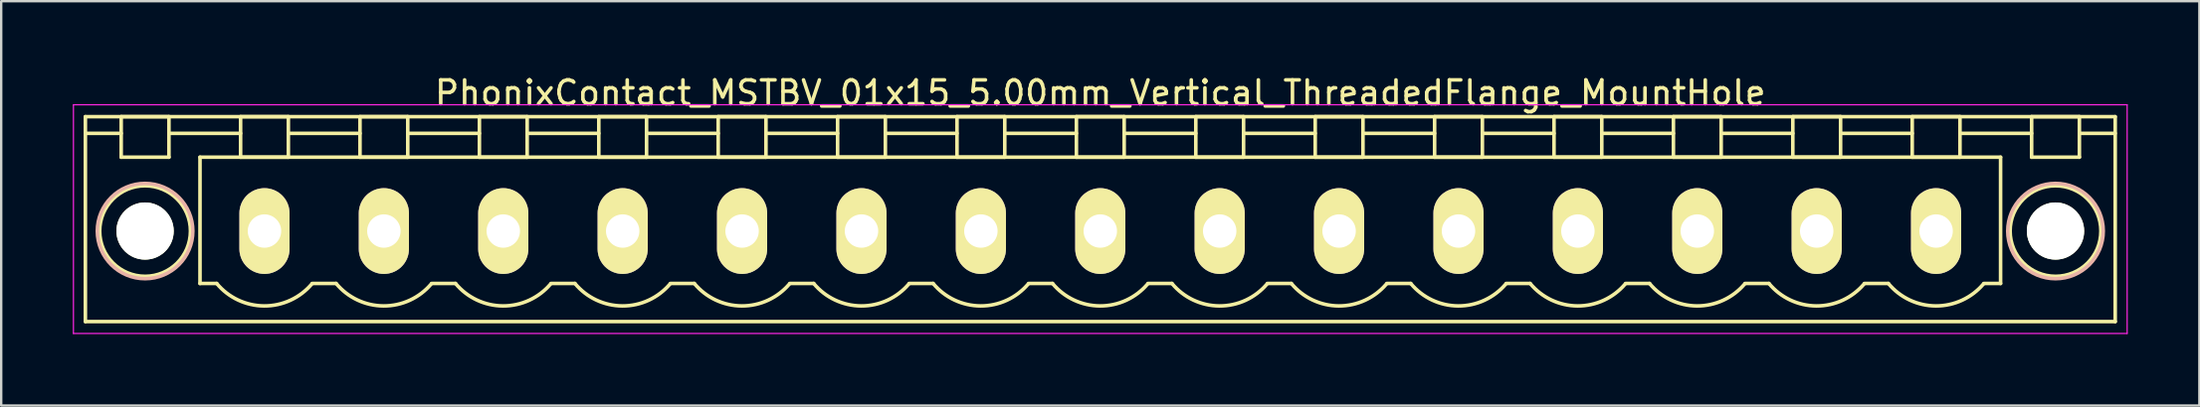
<source format=kicad_pcb>
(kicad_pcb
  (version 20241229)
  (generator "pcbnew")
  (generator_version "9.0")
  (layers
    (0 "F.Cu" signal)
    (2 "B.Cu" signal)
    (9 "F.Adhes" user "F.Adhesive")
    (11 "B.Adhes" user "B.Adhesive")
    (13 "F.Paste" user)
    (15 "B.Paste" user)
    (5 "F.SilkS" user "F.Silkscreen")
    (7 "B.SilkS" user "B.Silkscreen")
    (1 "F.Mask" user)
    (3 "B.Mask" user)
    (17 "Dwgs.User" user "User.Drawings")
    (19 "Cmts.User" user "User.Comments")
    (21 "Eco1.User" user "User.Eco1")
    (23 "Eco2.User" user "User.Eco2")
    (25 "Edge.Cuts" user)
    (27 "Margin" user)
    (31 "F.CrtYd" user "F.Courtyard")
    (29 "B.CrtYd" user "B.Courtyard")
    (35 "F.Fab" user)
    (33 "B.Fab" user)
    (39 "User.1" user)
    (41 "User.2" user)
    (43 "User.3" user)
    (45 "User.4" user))
  (footprint "PhonixContact_MSTBV_01x15_5.00mm_Vertical_ThreadedFlange_MountHole"
    (layer "F.Cu")
    (at 8.025 6.648)
    (property "Reference" "PhonixContact_MSTBV_01x15_5.00mm_Vertical_ThreadedFlange_MountHole" (at 35 -5.8 0) (layer "F.SilkS") (effects (font (size 1 1) (thickness 0.15))))
    (attr through_hole)
    (fp_line (start -7.5 -4.8) (end -7.5 3.8) (stroke (width 0.15) (type solid)) (layer "F.SilkS"))
    (fp_line (start -7.5 -4.1) (end -6 -4.1) (stroke (width 0.15) (type solid)) (layer "F.SilkS"))
    (fp_line (start -7.5 3.8) (end 77.5 3.8) (stroke (width 0.15) (type solid)) (layer "F.SilkS"))
    (fp_line (start -6 -4.8) (end -4 -4.8) (stroke (width 0.15) (type solid)) (layer "F.SilkS"))
    (fp_line (start -6 -3.1) (end -6 -4.8) (stroke (width 0.15) (type solid)) (layer "F.SilkS"))
    (fp_line (start -4 -4.8) (end -4 -3.1) (stroke (width 0.15) (type solid)) (layer "F.SilkS"))
    (fp_line (start -4 -4.1) (end -1 -4.1) (stroke (width 0.15) (type solid)) (layer "F.SilkS"))
    (fp_line (start -4 -3.1) (end -6 -3.1) (stroke (width 0.15) (type solid)) (layer "F.SilkS"))
    (fp_line (start -2.7 -3.1) (end 72.7 -3.1) (stroke (width 0.15) (type solid)) (layer "F.SilkS"))
    (fp_line (start -2.7 2.2) (end -2.7 -3.1) (stroke (width 0.15) (type solid)) (layer "F.SilkS"))
    (fp_line (start -2 2.2) (end -2.7 2.2) (stroke (width 0.15) (type solid)) (layer "F.SilkS"))
    (fp_line (start -1 -4.8) (end 1 -4.8) (stroke (width 0.15) (type solid)) (layer "F.SilkS"))
    (fp_line (start -1 -3.1) (end -1 -4.8) (stroke (width 0.15) (type solid)) (layer "F.SilkS"))
    (fp_line (start 1 -4.8) (end 1 -3.1) (stroke (width 0.15) (type solid)) (layer "F.SilkS"))
    (fp_line (start 1 -4.1) (end 4 -4.1) (stroke (width 0.15) (type solid)) (layer "F.SilkS"))
    (fp_line (start 1 -3.1) (end -1 -3.1) (stroke (width 0.15) (type solid)) (layer "F.SilkS"))
    (fp_line (start 2 2.2) (end 3 2.2) (stroke (width 0.15) (type solid)) (layer "F.SilkS"))
    (fp_line (start 4 -4.8) (end 6 -4.8) (stroke (width 0.15) (type solid)) (layer "F.SilkS"))
    (fp_line (start 4 -3.1) (end 4 -4.8) (stroke (width 0.15) (type solid)) (layer "F.SilkS"))
    (fp_line (start 6 -4.8) (end 6 -3.1) (stroke (width 0.15) (type solid)) (layer "F.SilkS"))
    (fp_line (start 6 -4.1) (end 9 -4.1) (stroke (width 0.15) (type solid)) (layer "F.SilkS"))
    (fp_line (start 6 -3.1) (end 4 -3.1) (stroke (width 0.15) (type solid)) (layer "F.SilkS"))
    (fp_line (start 7 2.2) (end 8 2.2) (stroke (width 0.15) (type solid)) (layer "F.SilkS"))
    (fp_line (start 9 -4.8) (end 11 -4.8) (stroke (width 0.15) (type solid)) (layer "F.SilkS"))
    (fp_line (start 9 -3.1) (end 9 -4.8) (stroke (width 0.15) (type solid)) (layer "F.SilkS"))
    (fp_line (start 11 -4.8) (end 11 -3.1) (stroke (width 0.15) (type solid)) (layer "F.SilkS"))
    (fp_line (start 11 -4.1) (end 14 -4.1) (stroke (width 0.15) (type solid)) (layer "F.SilkS"))
    (fp_line (start 11 -3.1) (end 9 -3.1) (stroke (width 0.15) (type solid)) (layer "F.SilkS"))
    (fp_line (start 12 2.2) (end 13 2.2) (stroke (width 0.15) (type solid)) (layer "F.SilkS"))
    (fp_line (start 14 -4.8) (end 16 -4.8) (stroke (width 0.15) (type solid)) (layer "F.SilkS"))
    (fp_line (start 14 -3.1) (end 14 -4.8) (stroke (width 0.15) (type solid)) (layer "F.SilkS"))
    (fp_line (start 16 -4.8) (end 16 -3.1) (stroke (width 0.15) (type solid)) (layer "F.SilkS"))
    (fp_line (start 16 -4.1) (end 19 -4.1) (stroke (width 0.15) (type solid)) (layer "F.SilkS"))
    (fp_line (start 16 -3.1) (end 14 -3.1) (stroke (width 0.15) (type solid)) (layer "F.SilkS"))
    (fp_line (start 17 2.2) (end 18 2.2) (stroke (width 0.15) (type solid)) (layer "F.SilkS"))
    (fp_line (start 19 -4.8) (end 21 -4.8) (stroke (width 0.15) (type solid)) (layer "F.SilkS"))
    (fp_line (start 19 -3.1) (end 19 -4.8) (stroke (width 0.15) (type solid)) (layer "F.SilkS"))
    (fp_line (start 21 -4.8) (end 21 -3.1) (stroke (width 0.15) (type solid)) (layer "F.SilkS"))
    (fp_line (start 21 -4.1) (end 24 -4.1) (stroke (width 0.15) (type solid)) (layer "F.SilkS"))
    (fp_line (start 21 -3.1) (end 19 -3.1) (stroke (width 0.15) (type solid)) (layer "F.SilkS"))
    (fp_line (start 22 2.2) (end 23 2.2) (stroke (width 0.15) (type solid)) (layer "F.SilkS"))
    (fp_line (start 24 -4.8) (end 26 -4.8) (stroke (width 0.15) (type solid)) (layer "F.SilkS"))
    (fp_line (start 24 -3.1) (end 24 -4.8) (stroke (width 0.15) (type solid)) (layer "F.SilkS"))
    (fp_line (start 26 -4.8) (end 26 -3.1) (stroke (width 0.15) (type solid)) (layer "F.SilkS"))
    (fp_line (start 26 -4.1) (end 29 -4.1) (stroke (width 0.15) (type solid)) (layer "F.SilkS"))
    (fp_line (start 26 -3.1) (end 24 -3.1) (stroke (width 0.15) (type solid)) (layer "F.SilkS"))
    (fp_line (start 27 2.2) (end 28 2.2) (stroke (width 0.15) (type solid)) (layer "F.SilkS"))
    (fp_line (start 29 -4.8) (end 31 -4.8) (stroke (width 0.15) (type solid)) (layer "F.SilkS"))
    (fp_line (start 29 -3.1) (end 29 -4.8) (stroke (width 0.15) (type solid)) (layer "F.SilkS"))
    (fp_line (start 31 -4.8) (end 31 -3.1) (stroke (width 0.15) (type solid)) (layer "F.SilkS"))
    (fp_line (start 31 -4.1) (end 34 -4.1) (stroke (width 0.15) (type solid)) (layer "F.SilkS"))
    (fp_line (start 31 -3.1) (end 29 -3.1) (stroke (width 0.15) (type solid)) (layer "F.SilkS"))
    (fp_line (start 32 2.2) (end 33 2.2) (stroke (width 0.15) (type solid)) (layer "F.SilkS"))
    (fp_line (start 34 -4.8) (end 36 -4.8) (stroke (width 0.15) (type solid)) (layer "F.SilkS"))
    (fp_line (start 34 -3.1) (end 34 -4.8) (stroke (width 0.15) (type solid)) (layer "F.SilkS"))
    (fp_line (start 36 -4.8) (end 36 -3.1) (stroke (width 0.15) (type solid)) (layer "F.SilkS"))
    (fp_line (start 36 -4.1) (end 39 -4.1) (stroke (width 0.15) (type solid)) (layer "F.SilkS"))
    (fp_line (start 36 -3.1) (end 34 -3.1) (stroke (width 0.15) (type solid)) (layer "F.SilkS"))
    (fp_line (start 37 2.2) (end 38 2.2) (stroke (width 0.15) (type solid)) (layer "F.SilkS"))
    (fp_line (start 39 -4.8) (end 41 -4.8) (stroke (width 0.15) (type solid)) (layer "F.SilkS"))
    (fp_line (start 39 -3.1) (end 39 -4.8) (stroke (width 0.15) (type solid)) (layer "F.SilkS"))
    (fp_line (start 41 -4.8) (end 41 -3.1) (stroke (width 0.15) (type solid)) (layer "F.SilkS"))
    (fp_line (start 41 -4.1) (end 44 -4.1) (stroke (width 0.15) (type solid)) (layer "F.SilkS"))
    (fp_line (start 41 -3.1) (end 39 -3.1) (stroke (width 0.15) (type solid)) (layer "F.SilkS"))
    (fp_line (start 42 2.2) (end 43 2.2) (stroke (width 0.15) (type solid)) (layer "F.SilkS"))
    (fp_line (start 44 -4.8) (end 46 -4.8) (stroke (width 0.15) (type solid)) (layer "F.SilkS"))
    (fp_line (start 44 -3.1) (end 44 -4.8) (stroke (width 0.15) (type solid)) (layer "F.SilkS"))
    (fp_line (start 46 -4.8) (end 46 -3.1) (stroke (width 0.15) (type solid)) (layer "F.SilkS"))
    (fp_line (start 46 -4.1) (end 49 -4.1) (stroke (width 0.15) (type solid)) (layer "F.SilkS"))
    (fp_line (start 46 -3.1) (end 44 -3.1) (stroke (width 0.15) (type solid)) (layer "F.SilkS"))
    (fp_line (start 47 2.2) (end 48 2.2) (stroke (width 0.15) (type solid)) (layer "F.SilkS"))
    (fp_line (start 49 -4.8) (end 51 -4.8) (stroke (width 0.15) (type solid)) (layer "F.SilkS"))
    (fp_line (start 49 -3.1) (end 49 -4.8) (stroke (width 0.15) (type solid)) (layer "F.SilkS"))
    (fp_line (start 51 -4.8) (end 51 -3.1) (stroke (width 0.15) (type solid)) (layer "F.SilkS"))
    (fp_line (start 51 -4.1) (end 54 -4.1) (stroke (width 0.15) (type solid)) (layer "F.SilkS"))
    (fp_line (start 51 -3.1) (end 49 -3.1) (stroke (width 0.15) (type solid)) (layer "F.SilkS"))
    (fp_line (start 52 2.2) (end 53 2.2) (stroke (width 0.15) (type solid)) (layer "F.SilkS"))
    (fp_line (start 54 -4.8) (end 56 -4.8) (stroke (width 0.15) (type solid)) (layer "F.SilkS"))
    (fp_line (start 54 -3.1) (end 54 -4.8) (stroke (width 0.15) (type solid)) (layer "F.SilkS"))
    (fp_line (start 56 -4.8) (end 56 -3.1) (stroke (width 0.15) (type solid)) (layer "F.SilkS"))
    (fp_line (start 56 -4.1) (end 59 -4.1) (stroke (width 0.15) (type solid)) (layer "F.SilkS"))
    (fp_line (start 56 -3.1) (end 54 -3.1) (stroke (width 0.15) (type solid)) (layer "F.SilkS"))
    (fp_line (start 57 2.2) (end 58 2.2) (stroke (width 0.15) (type solid)) (layer "F.SilkS"))
    (fp_line (start 59 -4.8) (end 61 -4.8) (stroke (width 0.15) (type solid)) (layer "F.SilkS"))
    (fp_line (start 59 -3.1) (end 59 -4.8) (stroke (width 0.15) (type solid)) (layer "F.SilkS"))
    (fp_line (start 61 -4.8) (end 61 -3.1) (stroke (width 0.15) (type solid)) (layer "F.SilkS"))
    (fp_line (start 61 -4.1) (end 64 -4.1) (stroke (width 0.15) (type solid)) (layer "F.SilkS"))
    (fp_line (start 61 -3.1) (end 59 -3.1) (stroke (width 0.15) (type solid)) (layer "F.SilkS"))
    (fp_line (start 62 2.2) (end 63 2.2) (stroke (width 0.15) (type solid)) (layer "F.SilkS"))
    (fp_line (start 64 -4.8) (end 66 -4.8) (stroke (width 0.15) (type solid)) (layer "F.SilkS"))
    (fp_line (start 64 -3.1) (end 64 -4.8) (stroke (width 0.15) (type solid)) (layer "F.SilkS"))
    (fp_line (start 66 -4.8) (end 66 -3.1) (stroke (width 0.15) (type solid)) (layer "F.SilkS"))
    (fp_line (start 66 -4.1) (end 69 -4.1) (stroke (width 0.15) (type solid)) (layer "F.SilkS"))
    (fp_line (start 66 -3.1) (end 64 -3.1) (stroke (width 0.15) (type solid)) (layer "F.SilkS"))
    (fp_line (start 67 2.2) (end 68 2.2) (stroke (width 0.15) (type solid)) (layer "F.SilkS"))
    (fp_line (start 69 -4.8) (end 71 -4.8) (stroke (width 0.15) (type solid)) (layer "F.SilkS"))
    (fp_line (start 69 -3.1) (end 69 -4.8) (stroke (width 0.15) (type solid)) (layer "F.SilkS"))
    (fp_line (start 71 -4.8) (end 71 -3.1) (stroke (width 0.15) (type solid)) (layer "F.SilkS"))
    (fp_line (start 71 -4.1) (end 74 -4.1) (stroke (width 0.15) (type solid)) (layer "F.SilkS"))
    (fp_line (start 71 -3.1) (end 69 -3.1) (stroke (width 0.15) (type solid)) (layer "F.SilkS"))
    (fp_line (start 72.7 -3.1) (end 72.7 2.2) (stroke (width 0.15) (type solid)) (layer "F.SilkS"))
    (fp_line (start 72.7 2.2) (end 72 2.2) (stroke (width 0.15) (type solid)) (layer "F.SilkS"))
    (fp_line (start 74 -4.8) (end 76 -4.8) (stroke (width 0.15) (type solid)) (layer "F.SilkS"))
    (fp_line (start 74 -3.1) (end 74 -4.8) (stroke (width 0.15) (type solid)) (layer "F.SilkS"))
    (fp_line (start 76 -4.8) (end 76 -3.1) (stroke (width 0.15) (type solid)) (layer "F.SilkS"))
    (fp_line (start 76 -3.1) (end 74 -3.1) (stroke (width 0.15) (type solid)) (layer "F.SilkS"))
    (fp_line (start 77.5 -4.8) (end -7.5 -4.8) (stroke (width 0.15) (type solid)) (layer "F.SilkS"))
    (fp_line (start 77.5 -4.1) (end 76 -4.1) (stroke (width 0.15) (type solid)) (layer "F.SilkS"))
    (fp_line (start 77.5 3.8) (end 77.5 -4.8) (stroke (width 0.15) (type solid)) (layer "F.SilkS"))
    (fp_arc (start 1.986842 2.215821) (mid -0.010289 3.142758) (end -2 2.2) (stroke (width 0.15) (type solid)) (layer "F.SilkS"))
    (fp_arc (start 6.986842 2.215821) (mid 4.989711 3.142758) (end 3 2.2) (stroke (width 0.15) (type solid)) (layer "F.SilkS"))
    (fp_arc (start 11.986842 2.215821) (mid 9.989711 3.142758) (end 8 2.2) (stroke (width 0.15) (type solid)) (layer "F.SilkS"))
    (fp_arc (start 16.986842 2.215821) (mid 14.989711 3.142758) (end 13 2.2) (stroke (width 0.15) (type solid)) (layer "F.SilkS"))
    (fp_arc (start 21.986842 2.215821) (mid 19.989711 3.142758) (end 18 2.2) (stroke (width 0.15) (type solid)) (layer "F.SilkS"))
    (fp_arc (start 26.986842 2.215821) (mid 24.989711 3.142758) (end 23 2.2) (stroke (width 0.15) (type solid)) (layer "F.SilkS"))
    (fp_arc (start 31.986842 2.215821) (mid 29.989711 3.142758) (end 28 2.2) (stroke (width 0.15) (type solid)) (layer "F.SilkS"))
    (fp_arc (start 36.986842 2.215821) (mid 34.989711 3.142758) (end 33 2.2) (stroke (width 0.15) (type solid)) (layer "F.SilkS"))
    (fp_arc (start 41.986842 2.215821) (mid 39.989711 3.142758) (end 38 2.2) (stroke (width 0.15) (type solid)) (layer "F.SilkS"))
    (fp_arc (start 46.986842 2.215821) (mid 44.989711 3.142758) (end 43 2.2) (stroke (width 0.15) (type solid)) (layer "F.SilkS"))
    (fp_arc (start 51.986842 2.215821) (mid 49.989711 3.142758) (end 48 2.2) (stroke (width 0.15) (type solid)) (layer "F.SilkS"))
    (fp_arc (start 56.986842 2.215821) (mid 54.989711 3.142758) (end 53 2.2) (stroke (width 0.15) (type solid)) (layer "F.SilkS"))
    (fp_arc (start 61.986842 2.215821) (mid 59.989711 3.142758) (end 58 2.2) (stroke (width 0.15) (type solid)) (layer "F.SilkS"))
    (fp_arc (start 66.986842 2.215821) (mid 64.989711 3.142758) (end 63 2.2) (stroke (width 0.15) (type solid)) (layer "F.SilkS"))
    (fp_arc (start 71.986842 2.215821) (mid 69.989711 3.142758) (end 68 2.2) (stroke (width 0.15) (type solid)) (layer "F.SilkS"))
    (fp_circle (center -5 0) (end -4 0) (stroke (width 0.15) (type solid)) (fill no) (layer "F.SilkS"))
    (fp_circle (center -5 0) (end -3.1 0) (stroke (width 0.15) (type solid)) (fill no) (layer "F.SilkS"))
    (fp_circle (center 75 0) (end 76 0) (stroke (width 0.15) (type solid)) (fill no) (layer "F.SilkS"))
    (fp_circle (center 75 0) (end 76.9 0) (stroke (width 0.15) (type solid)) (fill no) (layer "F.SilkS"))
    (fp_circle (center -5 0) (end -3 0) (stroke (width 0.15) (type solid)) (fill no) (layer "B.SilkS"))
    (fp_circle (center 75 0) (end 77 0) (stroke (width 0.15) (type solid)) (fill no) (layer "B.SilkS"))
    (fp_line (start -8 -5.3) (end -8 4.3) (stroke (width 0.05) (type solid)) (layer "F.CrtYd"))
    (fp_line (start -8 4.3) (end 78 4.3) (stroke (width 0.05) (type solid)) (layer "F.CrtYd"))
    (fp_line (start 78 -5.3) (end -8 -5.3) (stroke (width 0.05) (type solid)) (layer "F.CrtYd"))
    (fp_line (start 78 4.3) (end 78 -5.3) (stroke (width 0.05) (type solid)) (layer "F.CrtYd"))
    (pad "" np_thru_hole circle (at -5 0) (size 2.4 2.4) (drill 2.4) (layers "*.Cu" "*.Mask" "F.SilkS"))
    (pad "" np_thru_hole circle (at 75 0) (size 2.4 2.4) (drill 2.4) (layers "*.Cu" "*.Mask" "F.SilkS"))
    (pad "1" thru_hole oval (at 0 0) (size 2.1 3.6) (drill 1.4) (layers "*.Cu" "*.Mask" "F.SilkS"))
    (pad "2" thru_hole oval (at 5 0) (size 2.1 3.6) (drill 1.4) (layers "*.Cu" "*.Mask" "F.SilkS"))
    (pad "3" thru_hole oval (at 10 0) (size 2.1 3.6) (drill 1.4) (layers "*.Cu" "*.Mask" "F.SilkS"))
    (pad "4" thru_hole oval (at 15 0) (size 2.1 3.6) (drill 1.4) (layers "*.Cu" "*.Mask" "F.SilkS"))
    (pad "5" thru_hole oval (at 20 0) (size 2.1 3.6) (drill 1.4) (layers "*.Cu" "*.Mask" "F.SilkS"))
    (pad "6" thru_hole oval (at 25 0) (size 2.1 3.6) (drill 1.4) (layers "*.Cu" "*.Mask" "F.SilkS"))
    (pad "7" thru_hole oval (at 30 0) (size 2.1 3.6) (drill 1.4) (layers "*.Cu" "*.Mask" "F.SilkS"))
    (pad "8" thru_hole oval (at 35 0) (size 2.1 3.6) (drill 1.4) (layers "*.Cu" "*.Mask" "F.SilkS"))
    (pad "9" thru_hole oval (at 40 0) (size 2.1 3.6) (drill 1.4) (layers "*.Cu" "*.Mask" "F.SilkS"))
    (pad "10" thru_hole oval (at 45 0) (size 2.1 3.6) (drill 1.4) (layers "*.Cu" "*.Mask" "F.SilkS"))
    (pad "11" thru_hole oval (at 50 0) (size 2.1 3.6) (drill 1.4) (layers "*.Cu" "*.Mask" "F.SilkS"))
    (pad "12" thru_hole oval (at 55 0) (size 2.1 3.6) (drill 1.4) (layers "*.Cu" "*.Mask" "F.SilkS"))
    (pad "13" thru_hole oval (at 60 0) (size 2.1 3.6) (drill 1.4) (layers "*.Cu" "*.Mask" "F.SilkS"))
    (pad "14" thru_hole oval (at 65 0) (size 2.1 3.6) (drill 1.4) (layers "*.Cu" "*.Mask" "F.SilkS"))
    (pad "15" thru_hole oval (at 70 0) (size 2.1 3.6) (drill 1.4) (layers "*.Cu" "*.Mask" "F.SilkS")))
  (gr_rect
    (start -3 -3)
    (end 89.05 13.973)
    (stroke (width 0.1) (type default))
    (fill no)
    (layer "Edge.Cuts")))
</source>
